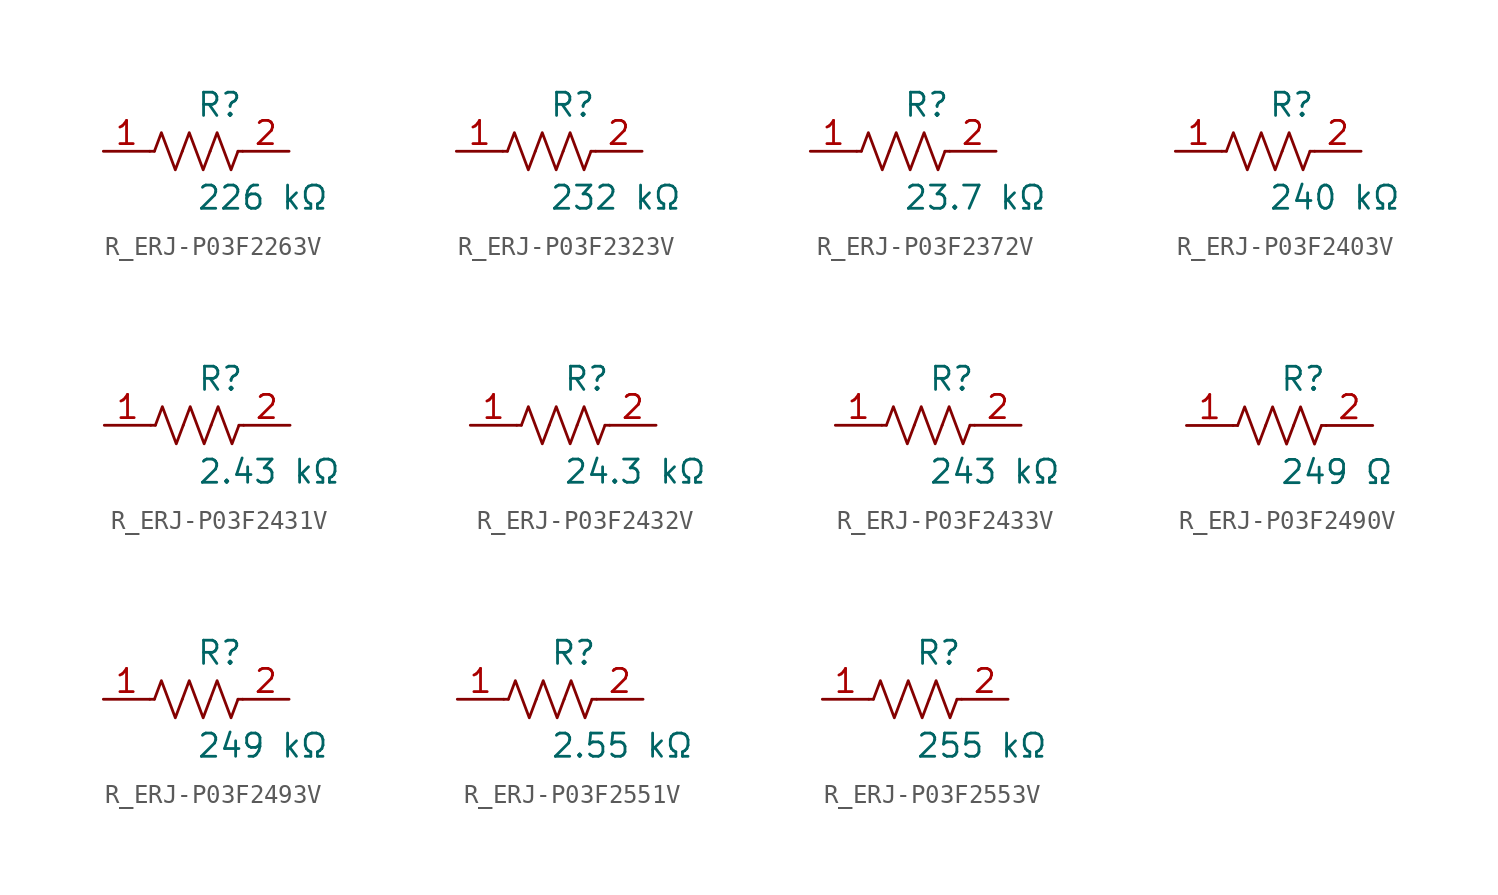
<source format=kicad_sym>
(kicad_symbol_lib
  (version 20231120)
  (generator kicad_symbol_editor)
  (generator_version 8.0)
  (symbol "R_ERJ-P03F2263V"
    (pin_names
      (offset 0.254))
    (property "Reference" "R"
      (at 0.0 2.54 0)
      (effects (font (size 1.27 1.27)) (justify left)))
    (property "Value" "226 kΩ"
      (at 0.0 -2.54 0)
      (effects (font (size 1.27 1.27)) (justify left)))
    (symbol "R_ERJ-P03F2263V_0_1"
      (polyline (pts (xy 2.286 0) (xy 2.54 0)) (stroke (width 0) (type default)) (fill (type none)))
      (polyline (pts (xy -2.286 0) (xy -2.54 0)) (stroke (width 0) (type default)) (fill (type none)))
      (polyline (pts (xy 0.762 0) (xy 1.143 1.016) (xy 1.524 0) (xy 1.905 -1.016) (xy 2.286 0)) (stroke (width 0) (type default)) (fill (type none)))
      (polyline (pts (xy -0.762 0) (xy -0.381 1.016) (xy 0 0) (xy 0.381 -1.016) (xy 0.762 0)) (stroke (width 0) (type default)) (fill (type none)))
      (polyline (pts (xy -2.286 0) (xy -1.905 1.016) (xy -1.524 0) (xy -1.143 -1.016) (xy -0.762 0)) (stroke (width 0) (type default)) (fill (type none))))
    (pin unspecified line
      (at -5.08 0 0)
      (length 2.54)
      (name "" (effects (font (size 1.27 1.27))))
      (number "1" (effects (font (size 1.27 1.27)))))
    (pin unspecified line
      (at 5.08 0 180)
      (length 2.54)
      (name "" (effects (font (size 1.27 1.27))))
      (number "2" (effects (font (size 1.27 1.27))))))
  (symbol "R_ERJ-P03F2323V"
    (pin_names
      (offset 0.254))
    (property "Reference" "R"
      (at 0.0 2.54 0)
      (effects (font (size 1.27 1.27)) (justify left)))
    (property "Value" "232 kΩ"
      (at 0.0 -2.54 0)
      (effects (font (size 1.27 1.27)) (justify left)))
    (symbol "R_ERJ-P03F2323V_0_1"
      (polyline (pts (xy 2.286 0) (xy 2.54 0)) (stroke (width 0) (type default)) (fill (type none)))
      (polyline (pts (xy -2.286 0) (xy -2.54 0)) (stroke (width 0) (type default)) (fill (type none)))
      (polyline (pts (xy 0.762 0) (xy 1.143 1.016) (xy 1.524 0) (xy 1.905 -1.016) (xy 2.286 0)) (stroke (width 0) (type default)) (fill (type none)))
      (polyline (pts (xy -0.762 0) (xy -0.381 1.016) (xy 0 0) (xy 0.381 -1.016) (xy 0.762 0)) (stroke (width 0) (type default)) (fill (type none)))
      (polyline (pts (xy -2.286 0) (xy -1.905 1.016) (xy -1.524 0) (xy -1.143 -1.016) (xy -0.762 0)) (stroke (width 0) (type default)) (fill (type none))))
    (pin unspecified line
      (at -5.08 0 0)
      (length 2.54)
      (name "" (effects (font (size 1.27 1.27))))
      (number "1" (effects (font (size 1.27 1.27)))))
    (pin unspecified line
      (at 5.08 0 180)
      (length 2.54)
      (name "" (effects (font (size 1.27 1.27))))
      (number "2" (effects (font (size 1.27 1.27))))))
  (symbol "R_ERJ-P03F2372V"
    (pin_names
      (offset 0.254))
    (property "Reference" "R"
      (at 0.0 2.54 0)
      (effects (font (size 1.27 1.27)) (justify left)))
    (property "Value" "23.7 kΩ"
      (at 0.0 -2.54 0)
      (effects (font (size 1.27 1.27)) (justify left)))
    (symbol "R_ERJ-P03F2372V_0_1"
      (polyline (pts (xy 2.286 0) (xy 2.54 0)) (stroke (width 0) (type default)) (fill (type none)))
      (polyline (pts (xy -2.286 0) (xy -2.54 0)) (stroke (width 0) (type default)) (fill (type none)))
      (polyline (pts (xy 0.762 0) (xy 1.143 1.016) (xy 1.524 0) (xy 1.905 -1.016) (xy 2.286 0)) (stroke (width 0) (type default)) (fill (type none)))
      (polyline (pts (xy -0.762 0) (xy -0.381 1.016) (xy 0 0) (xy 0.381 -1.016) (xy 0.762 0)) (stroke (width 0) (type default)) (fill (type none)))
      (polyline (pts (xy -2.286 0) (xy -1.905 1.016) (xy -1.524 0) (xy -1.143 -1.016) (xy -0.762 0)) (stroke (width 0) (type default)) (fill (type none))))
    (pin unspecified line
      (at -5.08 0 0)
      (length 2.54)
      (name "" (effects (font (size 1.27 1.27))))
      (number "1" (effects (font (size 1.27 1.27)))))
    (pin unspecified line
      (at 5.08 0 180)
      (length 2.54)
      (name "" (effects (font (size 1.27 1.27))))
      (number "2" (effects (font (size 1.27 1.27))))))
  (symbol "R_ERJ-P03F2403V"
    (pin_names
      (offset 0.254))
    (property "Reference" "R"
      (at 0.0 2.54 0)
      (effects (font (size 1.27 1.27)) (justify left)))
    (property "Value" "240 kΩ"
      (at 0.0 -2.54 0)
      (effects (font (size 1.27 1.27)) (justify left)))
    (symbol "R_ERJ-P03F2403V_0_1"
      (polyline (pts (xy 2.286 0) (xy 2.54 0)) (stroke (width 0) (type default)) (fill (type none)))
      (polyline (pts (xy -2.286 0) (xy -2.54 0)) (stroke (width 0) (type default)) (fill (type none)))
      (polyline (pts (xy 0.762 0) (xy 1.143 1.016) (xy 1.524 0) (xy 1.905 -1.016) (xy 2.286 0)) (stroke (width 0) (type default)) (fill (type none)))
      (polyline (pts (xy -0.762 0) (xy -0.381 1.016) (xy 0 0) (xy 0.381 -1.016) (xy 0.762 0)) (stroke (width 0) (type default)) (fill (type none)))
      (polyline (pts (xy -2.286 0) (xy -1.905 1.016) (xy -1.524 0) (xy -1.143 -1.016) (xy -0.762 0)) (stroke (width 0) (type default)) (fill (type none))))
    (pin unspecified line
      (at -5.08 0 0)
      (length 2.54)
      (name "" (effects (font (size 1.27 1.27))))
      (number "1" (effects (font (size 1.27 1.27)))))
    (pin unspecified line
      (at 5.08 0 180)
      (length 2.54)
      (name "" (effects (font (size 1.27 1.27))))
      (number "2" (effects (font (size 1.27 1.27))))))
  (symbol "R_ERJ-P03F2431V"
    (pin_names
      (offset 0.254))
    (property "Reference" "R"
      (at 0.0 2.54 0)
      (effects (font (size 1.27 1.27)) (justify left)))
    (property "Value" "2.43 kΩ"
      (at 0.0 -2.54 0)
      (effects (font (size 1.27 1.27)) (justify left)))
    (symbol "R_ERJ-P03F2431V_0_1"
      (polyline (pts (xy 2.286 0) (xy 2.54 0)) (stroke (width 0) (type default)) (fill (type none)))
      (polyline (pts (xy -2.286 0) (xy -2.54 0)) (stroke (width 0) (type default)) (fill (type none)))
      (polyline (pts (xy 0.762 0) (xy 1.143 1.016) (xy 1.524 0) (xy 1.905 -1.016) (xy 2.286 0)) (stroke (width 0) (type default)) (fill (type none)))
      (polyline (pts (xy -0.762 0) (xy -0.381 1.016) (xy 0 0) (xy 0.381 -1.016) (xy 0.762 0)) (stroke (width 0) (type default)) (fill (type none)))
      (polyline (pts (xy -2.286 0) (xy -1.905 1.016) (xy -1.524 0) (xy -1.143 -1.016) (xy -0.762 0)) (stroke (width 0) (type default)) (fill (type none))))
    (pin unspecified line
      (at -5.08 0 0)
      (length 2.54)
      (name "" (effects (font (size 1.27 1.27))))
      (number "1" (effects (font (size 1.27 1.27)))))
    (pin unspecified line
      (at 5.08 0 180)
      (length 2.54)
      (name "" (effects (font (size 1.27 1.27))))
      (number "2" (effects (font (size 1.27 1.27))))))
  (symbol "R_ERJ-P03F2432V"
    (pin_names
      (offset 0.254))
    (property "Reference" "R"
      (at 0.0 2.54 0)
      (effects (font (size 1.27 1.27)) (justify left)))
    (property "Value" "24.3 kΩ"
      (at 0.0 -2.54 0)
      (effects (font (size 1.27 1.27)) (justify left)))
    (symbol "R_ERJ-P03F2432V_0_1"
      (polyline (pts (xy 2.286 0) (xy 2.54 0)) (stroke (width 0) (type default)) (fill (type none)))
      (polyline (pts (xy -2.286 0) (xy -2.54 0)) (stroke (width 0) (type default)) (fill (type none)))
      (polyline (pts (xy 0.762 0) (xy 1.143 1.016) (xy 1.524 0) (xy 1.905 -1.016) (xy 2.286 0)) (stroke (width 0) (type default)) (fill (type none)))
      (polyline (pts (xy -0.762 0) (xy -0.381 1.016) (xy 0 0) (xy 0.381 -1.016) (xy 0.762 0)) (stroke (width 0) (type default)) (fill (type none)))
      (polyline (pts (xy -2.286 0) (xy -1.905 1.016) (xy -1.524 0) (xy -1.143 -1.016) (xy -0.762 0)) (stroke (width 0) (type default)) (fill (type none))))
    (pin unspecified line
      (at -5.08 0 0)
      (length 2.54)
      (name "" (effects (font (size 1.27 1.27))))
      (number "1" (effects (font (size 1.27 1.27)))))
    (pin unspecified line
      (at 5.08 0 180)
      (length 2.54)
      (name "" (effects (font (size 1.27 1.27))))
      (number "2" (effects (font (size 1.27 1.27))))))
  (symbol "R_ERJ-P03F2433V"
    (pin_names
      (offset 0.254))
    (property "Reference" "R"
      (at 0.0 2.54 0)
      (effects (font (size 1.27 1.27)) (justify left)))
    (property "Value" "243 kΩ"
      (at 0.0 -2.54 0)
      (effects (font (size 1.27 1.27)) (justify left)))
    (symbol "R_ERJ-P03F2433V_0_1"
      (polyline (pts (xy 2.286 0) (xy 2.54 0)) (stroke (width 0) (type default)) (fill (type none)))
      (polyline (pts (xy -2.286 0) (xy -2.54 0)) (stroke (width 0) (type default)) (fill (type none)))
      (polyline (pts (xy 0.762 0) (xy 1.143 1.016) (xy 1.524 0) (xy 1.905 -1.016) (xy 2.286 0)) (stroke (width 0) (type default)) (fill (type none)))
      (polyline (pts (xy -0.762 0) (xy -0.381 1.016) (xy 0 0) (xy 0.381 -1.016) (xy 0.762 0)) (stroke (width 0) (type default)) (fill (type none)))
      (polyline (pts (xy -2.286 0) (xy -1.905 1.016) (xy -1.524 0) (xy -1.143 -1.016) (xy -0.762 0)) (stroke (width 0) (type default)) (fill (type none))))
    (pin unspecified line
      (at -5.08 0 0)
      (length 2.54)
      (name "" (effects (font (size 1.27 1.27))))
      (number "1" (effects (font (size 1.27 1.27)))))
    (pin unspecified line
      (at 5.08 0 180)
      (length 2.54)
      (name "" (effects (font (size 1.27 1.27))))
      (number "2" (effects (font (size 1.27 1.27))))))
  (symbol "R_ERJ-P03F2490V"
    (pin_names
      (offset 0.254))
    (property "Reference" "R"
      (at 0.0 2.54 0)
      (effects (font (size 1.27 1.27)) (justify left)))
    (property "Value" "249 Ω"
      (at 0.0 -2.54 0)
      (effects (font (size 1.27 1.27)) (justify left)))
    (symbol "R_ERJ-P03F2490V_0_1"
      (polyline (pts (xy 2.286 0) (xy 2.54 0)) (stroke (width 0) (type default)) (fill (type none)))
      (polyline (pts (xy -2.286 0) (xy -2.54 0)) (stroke (width 0) (type default)) (fill (type none)))
      (polyline (pts (xy 0.762 0) (xy 1.143 1.016) (xy 1.524 0) (xy 1.905 -1.016) (xy 2.286 0)) (stroke (width 0) (type default)) (fill (type none)))
      (polyline (pts (xy -0.762 0) (xy -0.381 1.016) (xy 0 0) (xy 0.381 -1.016) (xy 0.762 0)) (stroke (width 0) (type default)) (fill (type none)))
      (polyline (pts (xy -2.286 0) (xy -1.905 1.016) (xy -1.524 0) (xy -1.143 -1.016) (xy -0.762 0)) (stroke (width 0) (type default)) (fill (type none))))
    (pin unspecified line
      (at -5.08 0 0)
      (length 2.54)
      (name "" (effects (font (size 1.27 1.27))))
      (number "1" (effects (font (size 1.27 1.27)))))
    (pin unspecified line
      (at 5.08 0 180)
      (length 2.54)
      (name "" (effects (font (size 1.27 1.27))))
      (number "2" (effects (font (size 1.27 1.27))))))
  (symbol "R_ERJ-P03F2493V"
    (pin_names
      (offset 0.254))
    (property "Reference" "R"
      (at 0.0 2.54 0)
      (effects (font (size 1.27 1.27)) (justify left)))
    (property "Value" "249 kΩ"
      (at 0.0 -2.54 0)
      (effects (font (size 1.27 1.27)) (justify left)))
    (symbol "R_ERJ-P03F2493V_0_1"
      (polyline (pts (xy 2.286 0) (xy 2.54 0)) (stroke (width 0) (type default)) (fill (type none)))
      (polyline (pts (xy -2.286 0) (xy -2.54 0)) (stroke (width 0) (type default)) (fill (type none)))
      (polyline (pts (xy 0.762 0) (xy 1.143 1.016) (xy 1.524 0) (xy 1.905 -1.016) (xy 2.286 0)) (stroke (width 0) (type default)) (fill (type none)))
      (polyline (pts (xy -0.762 0) (xy -0.381 1.016) (xy 0 0) (xy 0.381 -1.016) (xy 0.762 0)) (stroke (width 0) (type default)) (fill (type none)))
      (polyline (pts (xy -2.286 0) (xy -1.905 1.016) (xy -1.524 0) (xy -1.143 -1.016) (xy -0.762 0)) (stroke (width 0) (type default)) (fill (type none))))
    (pin unspecified line
      (at -5.08 0 0)
      (length 2.54)
      (name "" (effects (font (size 1.27 1.27))))
      (number "1" (effects (font (size 1.27 1.27)))))
    (pin unspecified line
      (at 5.08 0 180)
      (length 2.54)
      (name "" (effects (font (size 1.27 1.27))))
      (number "2" (effects (font (size 1.27 1.27))))))
  (symbol "R_ERJ-P03F2551V"
    (pin_names
      (offset 0.254))
    (property "Reference" "R"
      (at 0.0 2.54 0)
      (effects (font (size 1.27 1.27)) (justify left)))
    (property "Value" "2.55 kΩ"
      (at 0.0 -2.54 0)
      (effects (font (size 1.27 1.27)) (justify left)))
    (symbol "R_ERJ-P03F2551V_0_1"
      (polyline (pts (xy 2.286 0) (xy 2.54 0)) (stroke (width 0) (type default)) (fill (type none)))
      (polyline (pts (xy -2.286 0) (xy -2.54 0)) (stroke (width 0) (type default)) (fill (type none)))
      (polyline (pts (xy 0.762 0) (xy 1.143 1.016) (xy 1.524 0) (xy 1.905 -1.016) (xy 2.286 0)) (stroke (width 0) (type default)) (fill (type none)))
      (polyline (pts (xy -0.762 0) (xy -0.381 1.016) (xy 0 0) (xy 0.381 -1.016) (xy 0.762 0)) (stroke (width 0) (type default)) (fill (type none)))
      (polyline (pts (xy -2.286 0) (xy -1.905 1.016) (xy -1.524 0) (xy -1.143 -1.016) (xy -0.762 0)) (stroke (width 0) (type default)) (fill (type none))))
    (pin unspecified line
      (at -5.08 0 0)
      (length 2.54)
      (name "" (effects (font (size 1.27 1.27))))
      (number "1" (effects (font (size 1.27 1.27)))))
    (pin unspecified line
      (at 5.08 0 180)
      (length 2.54)
      (name "" (effects (font (size 1.27 1.27))))
      (number "2" (effects (font (size 1.27 1.27))))))
  (symbol "R_ERJ-P03F2553V"
    (pin_names
      (offset 0.254))
    (property "Reference" "R"
      (at 0.0 2.54 0)
      (effects (font (size 1.27 1.27)) (justify left)))
    (property "Value" "255 kΩ"
      (at 0.0 -2.54 0)
      (effects (font (size 1.27 1.27)) (justify left)))
    (symbol "R_ERJ-P03F2553V_0_1"
      (polyline (pts (xy 2.286 0) (xy 2.54 0)) (stroke (width 0) (type default)) (fill (type none)))
      (polyline (pts (xy -2.286 0) (xy -2.54 0)) (stroke (width 0) (type default)) (fill (type none)))
      (polyline (pts (xy 0.762 0) (xy 1.143 1.016) (xy 1.524 0) (xy 1.905 -1.016) (xy 2.286 0)) (stroke (width 0) (type default)) (fill (type none)))
      (polyline (pts (xy -0.762 0) (xy -0.381 1.016) (xy 0 0) (xy 0.381 -1.016) (xy 0.762 0)) (stroke (width 0) (type default)) (fill (type none)))
      (polyline (pts (xy -2.286 0) (xy -1.905 1.016) (xy -1.524 0) (xy -1.143 -1.016) (xy -0.762 0)) (stroke (width 0) (type default)) (fill (type none))))
    (pin unspecified line
      (at -5.08 0 0)
      (length 2.54)
      (name "" (effects (font (size 1.27 1.27))))
      (number "1" (effects (font (size 1.27 1.27)))))
    (pin unspecified line
      (at 5.08 0 180)
      (length 2.54)
      (name "" (effects (font (size 1.27 1.27))))
      (number "2" (effects (font (size 1.27 1.27)))))))
</source>
